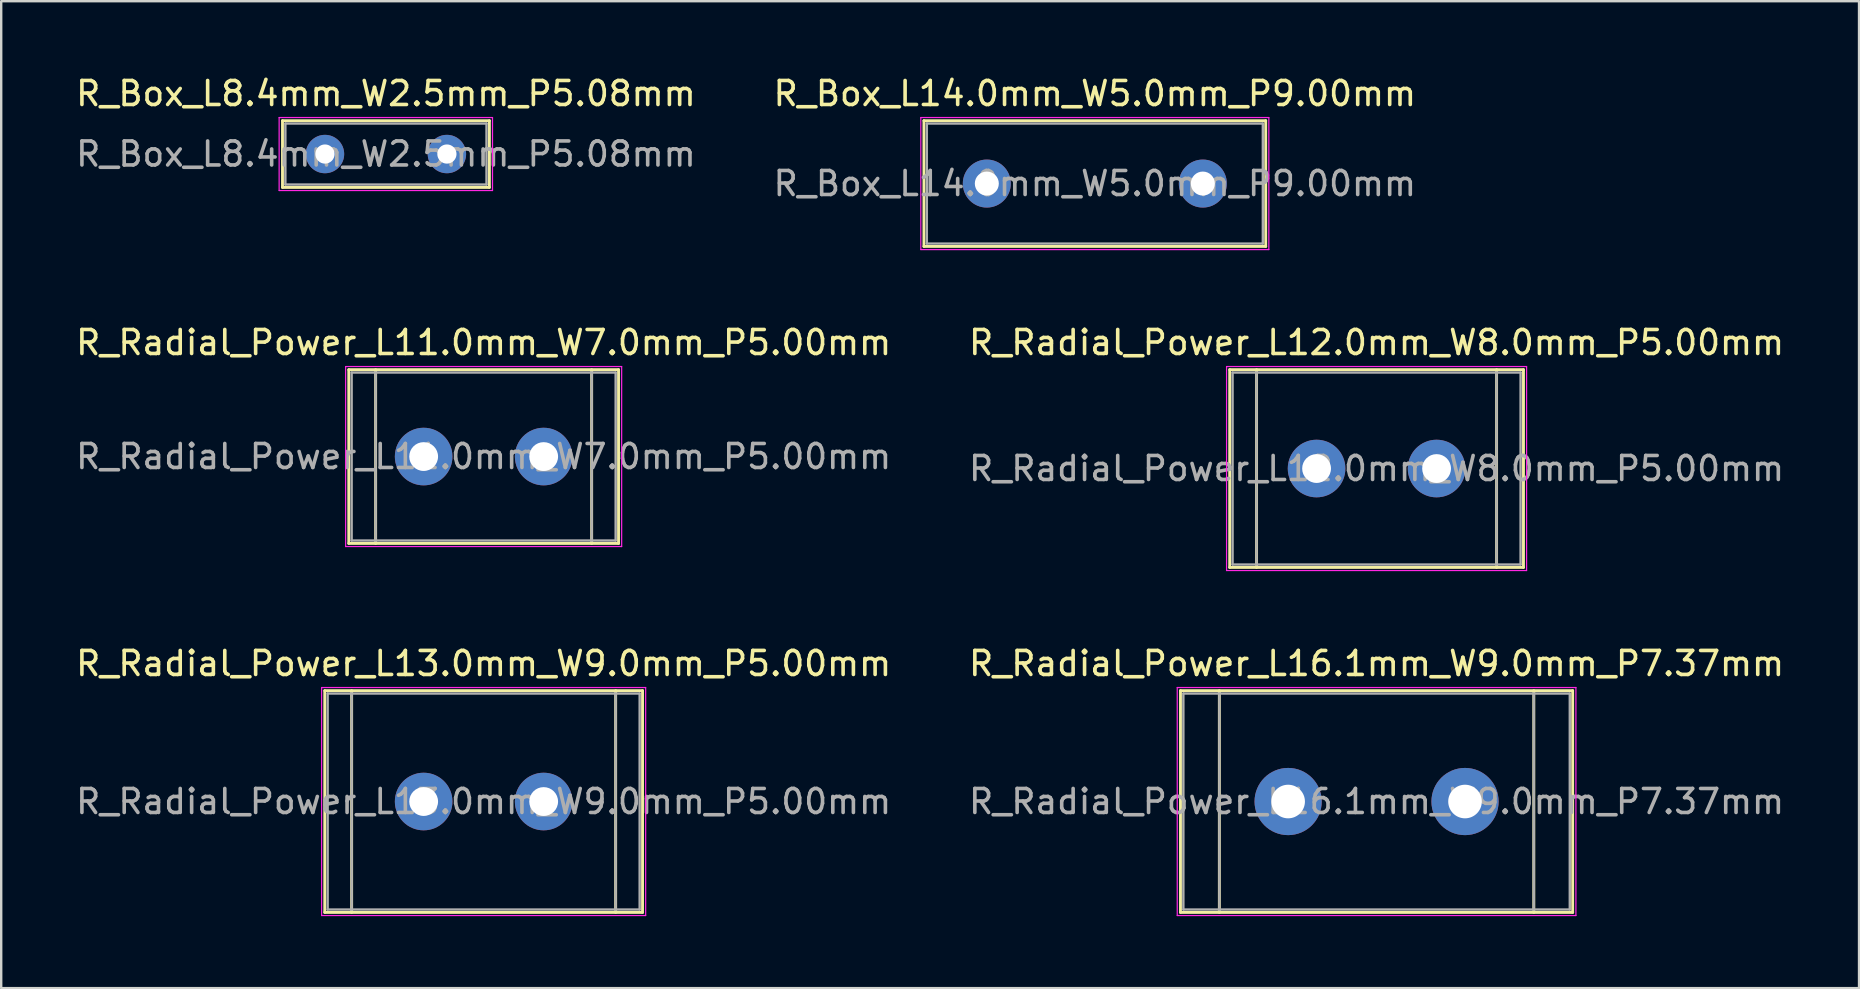
<source format=kicad_pcb>
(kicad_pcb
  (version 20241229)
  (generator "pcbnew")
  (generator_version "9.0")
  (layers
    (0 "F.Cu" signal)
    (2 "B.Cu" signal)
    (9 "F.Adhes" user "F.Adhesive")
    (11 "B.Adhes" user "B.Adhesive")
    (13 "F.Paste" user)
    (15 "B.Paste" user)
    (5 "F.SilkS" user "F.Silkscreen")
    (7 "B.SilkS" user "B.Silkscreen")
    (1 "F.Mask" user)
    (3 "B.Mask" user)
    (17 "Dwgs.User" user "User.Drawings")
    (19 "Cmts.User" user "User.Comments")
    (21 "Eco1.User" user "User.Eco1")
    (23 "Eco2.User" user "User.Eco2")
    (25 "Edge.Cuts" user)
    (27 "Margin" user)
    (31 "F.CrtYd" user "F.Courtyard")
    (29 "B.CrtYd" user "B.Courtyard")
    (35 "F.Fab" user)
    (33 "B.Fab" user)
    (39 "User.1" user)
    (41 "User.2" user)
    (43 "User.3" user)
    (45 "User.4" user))
  (footprint "R_Radial_Power_L16.1mm_W9.0mm_P7.37mm"
    (layer "F.Cu")
    (at 50.619 30.345)
    (property "Reference" "R_Radial_Power_L16.1mm_W9.0mm_P7.37mm" (at 3.685 -5.75 0) (layer "F.SilkS") (effects (font (size 1 1) (thickness 0.15))))
    (attr through_hole)
    (fp_line (start -4.485 -4.62) (end -4.485 4.62) (stroke (width 0.12) (type solid)) (layer "F.SilkS"))
    (fp_line (start -4.485 -4.62) (end 11.855 -4.62) (stroke (width 0.12) (type solid)) (layer "F.SilkS"))
    (fp_line (start -4.485 4.62) (end 11.855 4.62) (stroke (width 0.12) (type solid)) (layer "F.SilkS"))
    (fp_line (start -2.866 -4.62) (end -2.866 4.62) (stroke (width 0.12) (type solid)) (layer "F.SilkS"))
    (fp_line (start 10.236 -4.62) (end 10.236 4.62) (stroke (width 0.12) (type solid)) (layer "F.SilkS"))
    (fp_line (start 11.855 -4.62) (end 11.855 4.62) (stroke (width 0.12) (type solid)) (layer "F.SilkS"))
    (fp_line (start -4.62 -4.75) (end -4.62 4.75) (stroke (width 0.05) (type solid)) (layer "F.CrtYd"))
    (fp_line (start -4.62 4.75) (end 11.99 4.75) (stroke (width 0.05) (type solid)) (layer "F.CrtYd"))
    (fp_line (start 11.99 -4.75) (end -4.62 -4.75) (stroke (width 0.05) (type solid)) (layer "F.CrtYd"))
    (fp_line (start 11.99 4.75) (end 11.99 -4.75) (stroke (width 0.05) (type solid)) (layer "F.CrtYd"))
    (fp_line (start -4.365 -4.5) (end -4.365 4.5) (stroke (width 0.1) (type solid)) (layer "F.Fab"))
    (fp_line (start -4.365 4.5) (end 11.735 4.5) (stroke (width 0.1) (type solid)) (layer "F.Fab"))
    (fp_line (start -2.865 -4.5) (end -2.865 4.5) (stroke (width 0.1) (type solid)) (layer "F.Fab"))
    (fp_line (start 10.235 -4.5) (end 10.235 4.5) (stroke (width 0.1) (type solid)) (layer "F.Fab"))
    (fp_line (start 11.735 -4.5) (end -4.365 -4.5) (stroke (width 0.1) (type solid)) (layer "F.Fab"))
    (fp_line (start 11.735 4.5) (end 11.735 -4.5) (stroke (width 0.1) (type solid)) (layer "F.Fab"))
    (fp_text user "${REFERENCE}" (at 3.685 0 0) (layer "F.Fab") (effects (font (size 1 1) (thickness 0.15))))
    (pad "1" thru_hole circle (at 0 0) (size 2.8 2.8) (drill 1.4) (layers "*.Cu" "*.Mask"))
    (pad "2" thru_hole circle (at 7.37 0) (size 2.8 2.8) (drill 1.4) (layers "*.Cu" "*.Mask")))
  (footprint "R_Box_L14.0mm_W5.0mm_P9.00mm"
    (layer "F.Cu")
    (at 38.065 4.598)
    (property "Reference" "R_Box_L14.0mm_W5.0mm_P9.00mm" (at 4.5 -3.75 0) (layer "F.SilkS") (effects (font (size 1 1) (thickness 0.15))))
    (attr through_hole)
    (fp_line (start -2.62 -2.62) (end -2.62 2.62) (stroke (width 0.12) (type solid)) (layer "F.SilkS"))
    (fp_line (start -2.62 -2.62) (end 11.62 -2.62) (stroke (width 0.12) (type solid)) (layer "F.SilkS"))
    (fp_line (start -2.62 2.62) (end 11.62 2.62) (stroke (width 0.12) (type solid)) (layer "F.SilkS"))
    (fp_line (start 11.62 -2.62) (end 11.62 2.62) (stroke (width 0.12) (type solid)) (layer "F.SilkS"))
    (fp_line (start -2.75 -2.75) (end -2.75 2.75) (stroke (width 0.05) (type solid)) (layer "F.CrtYd"))
    (fp_line (start -2.75 2.75) (end 11.75 2.75) (stroke (width 0.05) (type solid)) (layer "F.CrtYd"))
    (fp_line (start 11.75 -2.75) (end -2.75 -2.75) (stroke (width 0.05) (type solid)) (layer "F.CrtYd"))
    (fp_line (start 11.75 2.75) (end 11.75 -2.75) (stroke (width 0.05) (type solid)) (layer "F.CrtYd"))
    (fp_line (start -2.5 -2.5) (end -2.5 2.5) (stroke (width 0.1) (type solid)) (layer "F.Fab"))
    (fp_line (start -2.5 2.5) (end 11.5 2.5) (stroke (width 0.1) (type solid)) (layer "F.Fab"))
    (fp_line (start 11.5 -2.5) (end -2.5 -2.5) (stroke (width 0.1) (type solid)) (layer "F.Fab"))
    (fp_line (start 11.5 2.5) (end 11.5 -2.5) (stroke (width 0.1) (type solid)) (layer "F.Fab"))
    (fp_text user "${REFERENCE}" (at 4.5 0 0) (layer "F.Fab") (effects (font (size 1 1) (thickness 0.15))))
    (pad "1" thru_hole circle (at 0 0) (size 2 2) (drill 1) (layers "*.Cu" "*.Mask"))
    (pad "2" thru_hole circle (at 9 0) (size 2 2) (drill 1) (layers "*.Cu" "*.Mask")))
  (footprint "R_Radial_Power_L12.0mm_W8.0mm_P5.00mm"
    (layer "F.Cu")
    (at 51.804 16.471)
    (property "Reference" "R_Radial_Power_L12.0mm_W8.0mm_P5.00mm" (at 2.5 -5.25 0) (layer "F.SilkS") (effects (font (size 1 1) (thickness 0.15))))
    (attr through_hole)
    (fp_line (start -3.62 -4.12) (end -3.62 4.12) (stroke (width 0.12) (type solid)) (layer "F.SilkS"))
    (fp_line (start -3.62 -4.12) (end 8.62 -4.12) (stroke (width 0.12) (type solid)) (layer "F.SilkS"))
    (fp_line (start -3.62 4.12) (end 8.62 4.12) (stroke (width 0.12) (type solid)) (layer "F.SilkS"))
    (fp_line (start -2.5 -4.12) (end -2.5 4.12) (stroke (width 0.12) (type solid)) (layer "F.SilkS"))
    (fp_line (start 7.5 -4.12) (end 7.5 4.12) (stroke (width 0.12) (type solid)) (layer "F.SilkS"))
    (fp_line (start 8.62 -4.12) (end 8.62 4.12) (stroke (width 0.12) (type solid)) (layer "F.SilkS"))
    (fp_line (start -3.75 -4.25) (end -3.75 4.25) (stroke (width 0.05) (type solid)) (layer "F.CrtYd"))
    (fp_line (start -3.75 4.25) (end 8.75 4.25) (stroke (width 0.05) (type solid)) (layer "F.CrtYd"))
    (fp_line (start 8.75 -4.25) (end -3.75 -4.25) (stroke (width 0.05) (type solid)) (layer "F.CrtYd"))
    (fp_line (start 8.75 4.25) (end 8.75 -4.25) (stroke (width 0.05) (type solid)) (layer "F.CrtYd"))
    (fp_line (start -3.5 -4) (end -3.5 4) (stroke (width 0.1) (type solid)) (layer "F.Fab"))
    (fp_line (start -3.5 4) (end 8.5 4) (stroke (width 0.1) (type solid)) (layer "F.Fab"))
    (fp_line (start -2.5 -4) (end -2.5 4) (stroke (width 0.1) (type solid)) (layer "F.Fab"))
    (fp_line (start 7.5 -4) (end 7.5 4) (stroke (width 0.1) (type solid)) (layer "F.Fab"))
    (fp_line (start 8.5 -4) (end -3.5 -4) (stroke (width 0.1) (type solid)) (layer "F.Fab"))
    (fp_line (start 8.5 4) (end 8.5 -4) (stroke (width 0.1) (type solid)) (layer "F.Fab"))
    (fp_text user "${REFERENCE}" (at 2.5 0 0) (layer "F.Fab") (effects (font (size 1 1) (thickness 0.15))))
    (pad "1" thru_hole circle (at 0 0) (size 2.4 2.4) (drill 1.2) (layers "*.Cu" "*.Mask"))
    (pad "2" thru_hole circle (at 5 0) (size 2.4 2.4) (drill 1.2) (layers "*.Cu" "*.Mask")))
  (footprint "R_Radial_Power_L11.0mm_W7.0mm_P5.00mm"
    (layer "F.Cu")
    (at 14.601 15.972)
    (property "Reference" "R_Radial_Power_L11.0mm_W7.0mm_P5.00mm" (at 2.5 -4.75 0) (layer "F.SilkS") (effects (font (size 1 1) (thickness 0.15))))
    (attr through_hole)
    (fp_line (start -3.12 -3.62) (end -3.12 3.62) (stroke (width 0.12) (type solid)) (layer "F.SilkS"))
    (fp_line (start -3.12 -3.62) (end 8.12 -3.62) (stroke (width 0.12) (type solid)) (layer "F.SilkS"))
    (fp_line (start -3.12 3.62) (end 8.12 3.62) (stroke (width 0.12) (type solid)) (layer "F.SilkS"))
    (fp_line (start -2 -3.62) (end -2 3.62) (stroke (width 0.12) (type solid)) (layer "F.SilkS"))
    (fp_line (start 7 -3.62) (end 7 3.62) (stroke (width 0.12) (type solid)) (layer "F.SilkS"))
    (fp_line (start 8.12 -3.62) (end 8.12 3.62) (stroke (width 0.12) (type solid)) (layer "F.SilkS"))
    (fp_line (start -3.25 -3.75) (end -3.25 3.75) (stroke (width 0.05) (type solid)) (layer "F.CrtYd"))
    (fp_line (start -3.25 3.75) (end 8.25 3.75) (stroke (width 0.05) (type solid)) (layer "F.CrtYd"))
    (fp_line (start 8.25 -3.75) (end -3.25 -3.75) (stroke (width 0.05) (type solid)) (layer "F.CrtYd"))
    (fp_line (start 8.25 3.75) (end 8.25 -3.75) (stroke (width 0.05) (type solid)) (layer "F.CrtYd"))
    (fp_line (start -3 -3.5) (end -3 3.5) (stroke (width 0.1) (type solid)) (layer "F.Fab"))
    (fp_line (start -3 3.5) (end 8 3.5) (stroke (width 0.1) (type solid)) (layer "F.Fab"))
    (fp_line (start -2 -3.5) (end -2 3.5) (stroke (width 0.1) (type solid)) (layer "F.Fab"))
    (fp_line (start 7 -3.5) (end 7 3.5) (stroke (width 0.1) (type solid)) (layer "F.Fab"))
    (fp_line (start 8 -3.5) (end -3 -3.5) (stroke (width 0.1) (type solid)) (layer "F.Fab"))
    (fp_line (start 8 3.5) (end 8 -3.5) (stroke (width 0.1) (type solid)) (layer "F.Fab"))
    (fp_text user "${REFERENCE}" (at 2.5 0 0) (layer "F.Fab") (effects (font (size 1 1) (thickness 0.15))))
    (pad "1" thru_hole circle (at 0 0) (size 2.4 2.4) (drill 1.2) (layers "*.Cu" "*.Mask"))
    (pad "2" thru_hole circle (at 5 0) (size 2.4 2.4) (drill 1.2) (layers "*.Cu" "*.Mask")))
  (footprint "R_Box_L8.4mm_W2.5mm_P5.08mm"
    (layer "F.Cu")
    (at 10.49 3.368)
    (property "Reference" "R_Box_L8.4mm_W2.5mm_P5.08mm" (at 2.54 -2.52 0) (layer "F.SilkS") (effects (font (size 1 1) (thickness 0.15))))
    (attr through_hole)
    (fp_line (start -1.77 -1.39) (end -1.77 1.39) (stroke (width 0.12) (type solid)) (layer "F.SilkS"))
    (fp_line (start -1.77 -1.39) (end 6.85 -1.39) (stroke (width 0.12) (type solid)) (layer "F.SilkS"))
    (fp_line (start -1.77 1.39) (end 6.85 1.39) (stroke (width 0.12) (type solid)) (layer "F.SilkS"))
    (fp_line (start 6.85 -1.39) (end 6.85 1.39) (stroke (width 0.12) (type solid)) (layer "F.SilkS"))
    (fp_line (start -1.91 -1.52) (end -1.91 1.52) (stroke (width 0.05) (type solid)) (layer "F.CrtYd"))
    (fp_line (start -1.91 1.52) (end 6.98 1.52) (stroke (width 0.05) (type solid)) (layer "F.CrtYd"))
    (fp_line (start 6.98 -1.52) (end -1.91 -1.52) (stroke (width 0.05) (type solid)) (layer "F.CrtYd"))
    (fp_line (start 6.98 1.52) (end 6.98 -1.52) (stroke (width 0.05) (type solid)) (layer "F.CrtYd"))
    (fp_line (start -1.65 -1.27) (end -1.65 1.27) (stroke (width 0.1) (type solid)) (layer "F.Fab"))
    (fp_line (start -1.65 1.27) (end 6.73 1.27) (stroke (width 0.1) (type solid)) (layer "F.Fab"))
    (fp_line (start 6.73 -1.27) (end -1.65 -1.27) (stroke (width 0.1) (type solid)) (layer "F.Fab"))
    (fp_line (start 6.73 1.27) (end 6.73 -1.27) (stroke (width 0.1) (type solid)) (layer "F.Fab"))
    (fp_text user "${REFERENCE}" (at 2.54 0 0) (layer "F.Fab") (effects (font (size 1 1) (thickness 0.15))))
    (pad "1" thru_hole circle (at 0 0) (size 1.6 1.6) (drill 0.8) (layers "*.Cu" "*.Mask"))
    (pad "2" thru_hole circle (at 5.08 0) (size 1.6 1.6) (drill 0.8) (layers "*.Cu" "*.Mask")))
  (footprint "R_Radial_Power_L13.0mm_W9.0mm_P5.00mm"
    (layer "F.Cu")
    (at 14.601 30.345)
    (property "Reference" "R_Radial_Power_L13.0mm_W9.0mm_P5.00mm" (at 2.5 -5.75 0) (layer "F.SilkS") (effects (font (size 1 1) (thickness 0.15))))
    (attr through_hole)
    (fp_line (start -4.12 -4.62) (end -4.12 4.62) (stroke (width 0.12) (type solid)) (layer "F.SilkS"))
    (fp_line (start -4.12 -4.62) (end 9.12 -4.62) (stroke (width 0.12) (type solid)) (layer "F.SilkS"))
    (fp_line (start -4.12 4.62) (end 9.12 4.62) (stroke (width 0.12) (type solid)) (layer "F.SilkS"))
    (fp_line (start -3 -4.62) (end -3 4.62) (stroke (width 0.12) (type solid)) (layer "F.SilkS"))
    (fp_line (start 8 -4.62) (end 8 4.62) (stroke (width 0.12) (type solid)) (layer "F.SilkS"))
    (fp_line (start 9.12 -4.62) (end 9.12 4.62) (stroke (width 0.12) (type solid)) (layer "F.SilkS"))
    (fp_line (start -4.25 -4.75) (end -4.25 4.75) (stroke (width 0.05) (type solid)) (layer "F.CrtYd"))
    (fp_line (start -4.25 4.75) (end 9.25 4.75) (stroke (width 0.05) (type solid)) (layer "F.CrtYd"))
    (fp_line (start 9.25 -4.75) (end -4.25 -4.75) (stroke (width 0.05) (type solid)) (layer "F.CrtYd"))
    (fp_line (start 9.25 4.75) (end 9.25 -4.75) (stroke (width 0.05) (type solid)) (layer "F.CrtYd"))
    (fp_line (start -4 -4.5) (end -4 4.5) (stroke (width 0.1) (type solid)) (layer "F.Fab"))
    (fp_line (start -4 4.5) (end 9 4.5) (stroke (width 0.1) (type solid)) (layer "F.Fab"))
    (fp_line (start -3 -4.5) (end -3 4.5) (stroke (width 0.1) (type solid)) (layer "F.Fab"))
    (fp_line (start 8 -4.5) (end 8 4.5) (stroke (width 0.1) (type solid)) (layer "F.Fab"))
    (fp_line (start 9 -4.5) (end -4 -4.5) (stroke (width 0.1) (type solid)) (layer "F.Fab"))
    (fp_line (start 9 4.5) (end 9 -4.5) (stroke (width 0.1) (type solid)) (layer "F.Fab"))
    (fp_text user "${REFERENCE}" (at 2.5 0 0) (layer "F.Fab") (effects (font (size 1 1) (thickness 0.15))))
    (pad "1" thru_hole circle (at 0 0) (size 2.4 2.4) (drill 1.2) (layers "*.Cu" "*.Mask"))
    (pad "2" thru_hole circle (at 5 0) (size 2.4 2.4) (drill 1.2) (layers "*.Cu" "*.Mask")))
  (gr_rect
    (start -3 -3)
    (end 74.405 38.12)
    (stroke (width 0.1) (type default))
    (fill no)
    (layer "Edge.Cuts")))
</source>
